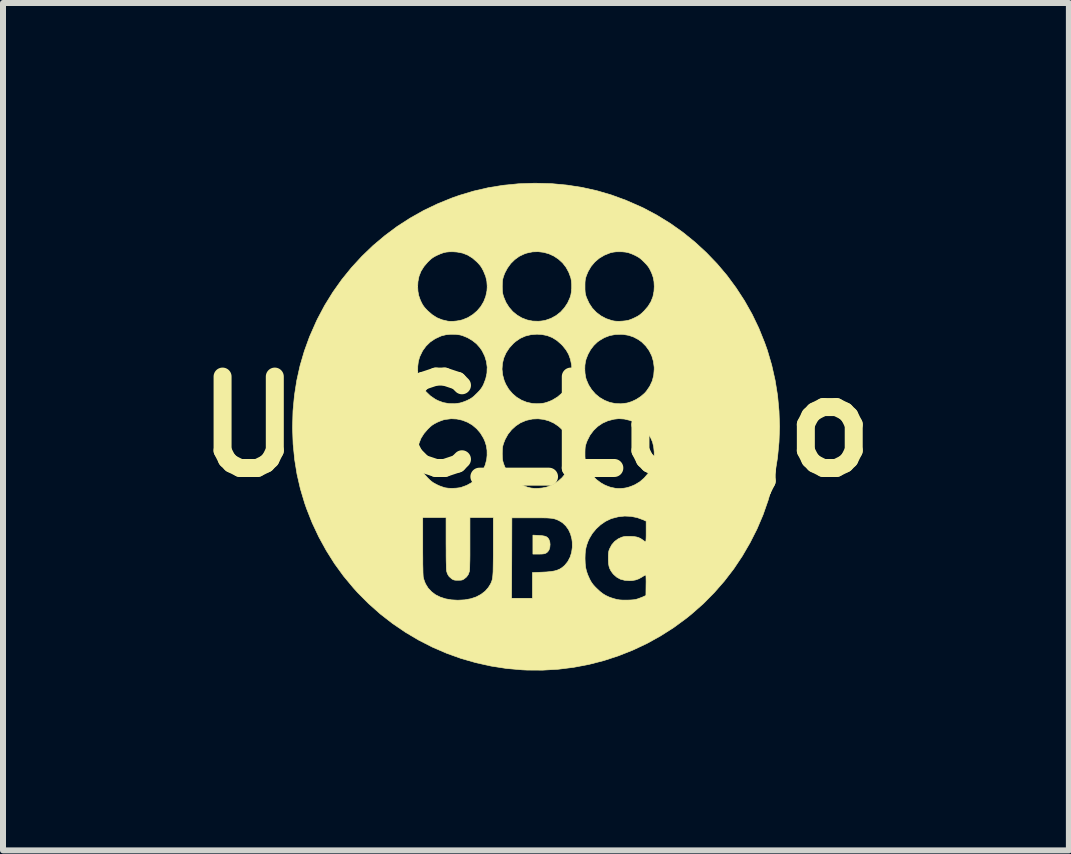
<source format=kicad_pcb>
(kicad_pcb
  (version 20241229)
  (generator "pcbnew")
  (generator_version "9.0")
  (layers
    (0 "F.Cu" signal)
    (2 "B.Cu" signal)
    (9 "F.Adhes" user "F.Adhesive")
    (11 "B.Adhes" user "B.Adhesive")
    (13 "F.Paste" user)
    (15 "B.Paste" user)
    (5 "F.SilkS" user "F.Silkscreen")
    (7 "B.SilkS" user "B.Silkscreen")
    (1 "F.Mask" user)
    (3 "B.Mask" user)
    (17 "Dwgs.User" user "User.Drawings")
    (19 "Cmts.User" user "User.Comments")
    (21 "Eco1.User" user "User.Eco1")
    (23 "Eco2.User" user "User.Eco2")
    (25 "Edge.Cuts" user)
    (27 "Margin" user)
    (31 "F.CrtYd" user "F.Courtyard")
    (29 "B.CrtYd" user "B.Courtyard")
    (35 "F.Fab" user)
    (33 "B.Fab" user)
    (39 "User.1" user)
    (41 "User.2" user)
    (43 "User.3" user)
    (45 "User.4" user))
  (footprint "UPC_Logo"
    (layer "F.Cu")
    (at 5.886 4.063)
    (property "Reference" "UPC_Logo" (at 0 0 0) (layer "F.SilkS") (effects (font (size 1.524 1.524) (thickness 0.3))))
    (attr through_hole)
    (fp_poly (pts (xy 0.047 1.814) (xy 0.101 1.818) (xy 0.141 1.825) (xy 0.171 1.835) (xy 0.193 1.85) (xy 0.21 1.871) (xy 0.214 1.877) (xy 0.23 1.918) (xy 0.235 1.964) (xy 0.231 2.011) (xy 0.218 2.054) (xy 0.2 2.081) (xy 0.181 2.1) (xy 0.16 2.112) (xy 0.134 2.12) (xy 0.099 2.124) (xy 0.051 2.125) (xy 0.043 2.125) (xy -0.051 2.125) (xy -0.051 1.809) (xy 0.047 1.814)) (stroke (width 0.01) (type solid)) (fill yes) (layer "F.SilkS"))
    (fp_poly (pts (xy 0.263 -4.051) (xy 0.519 -4.027) (xy 0.77 -3.988) (xy 1.017 -3.933) (xy 1.259 -3.862) (xy 1.499 -3.774) (xy 1.737 -3.67) (xy 1.791 -3.645) (xy 2.02 -3.523) (xy 2.241 -3.387) (xy 2.451 -3.238) (xy 2.651 -3.076) (xy 2.84 -2.902) (xy 3.018 -2.717) (xy 3.184 -2.521) (xy 3.336 -2.315) (xy 3.476 -2.1) (xy 3.603 -1.875) (xy 3.715 -1.642) (xy 3.812 -1.401) (xy 3.857 -1.275) (xy 3.93 -1.026) (xy 3.987 -0.773) (xy 4.028 -0.518) (xy 4.052 -0.26) (xy 4.061 -0.001) (xy 4.052 0.258) (xy 4.027 0.517) (xy 3.986 0.774) (xy 3.941 0.978) (xy 3.871 1.227) (xy 3.786 1.47) (xy 3.685 1.707) (xy 3.569 1.936) (xy 3.44 2.158) (xy 3.297 2.372) (xy 3.14 2.576) (xy 2.971 2.769) (xy 2.79 2.952) (xy 2.597 3.122) (xy 2.507 3.195) (xy 2.296 3.35) (xy 2.076 3.49) (xy 1.849 3.616) (xy 1.615 3.726) (xy 1.375 3.821) (xy 1.13 3.901) (xy 0.881 3.965) (xy 0.628 4.013) (xy 0.372 4.045) (xy 0.113 4.06) (xy -0.147 4.059) (xy -0.23 4.055) (xy -0.491 4.032) (xy -0.748 3.992) (xy -1.001 3.936) (xy -1.249 3.865) (xy -1.491 3.778) (xy -1.727 3.676) (xy -1.956 3.559) (xy -2.177 3.428) (xy -2.39 3.283) (xy -2.595 3.124) (xy -2.79 2.951) (xy -2.975 2.765) (xy -3.046 2.686) (xy -3.209 2.49) (xy -3.36 2.282) (xy -3.497 2.064) (xy -3.621 1.838) (xy -3.731 1.604) (xy -3.766 1.516) (xy -1.888 1.516) (xy -1.888 1.988) (xy -1.888 2.102) (xy -1.887 2.204) (xy -1.887 2.293) (xy -1.885 2.368) (xy -1.884 2.428) (xy -1.882 2.473) (xy -1.88 2.503) (xy -1.879 2.511) (xy -1.87 2.545) (xy -1.857 2.584) (xy -1.841 2.622) (xy -1.841 2.622) (xy -1.798 2.692) (xy -1.742 2.752) (xy -1.675 2.803) (xy -1.596 2.842) (xy -1.507 2.871) (xy -1.409 2.888) (xy -1.303 2.894) (xy -1.19 2.888) (xy -1.183 2.887) (xy -1.085 2.869) (xy -1.064 2.862) (xy -0.407 2.862) (xy -0.059 2.862) (xy -0.059 2.433) (xy 0.091 2.427) (xy 0.176 2.423) (xy 0.246 2.416) (xy 0.305 2.407) (xy 0.354 2.393) (xy 0.396 2.375) (xy 0.433 2.352) (xy 0.468 2.323) (xy 0.482 2.31) (xy 0.531 2.249) (xy 0.564 2.187) (xy 0.818 2.187) (xy 0.818 2.206) (xy 0.821 2.283) (xy 0.828 2.349) (xy 0.842 2.409) (xy 0.863 2.47) (xy 0.892 2.535) (xy 0.894 2.54) (xy 0.914 2.578) (xy 0.934 2.609) (xy 0.956 2.638) (xy 0.985 2.67) (xy 1.011 2.696) (xy 1.064 2.746) (xy 1.114 2.785) (xy 1.163 2.815) (xy 1.219 2.841) (xy 1.255 2.854) (xy 1.306 2.87) (xy 1.352 2.882) (xy 1.396 2.889) (xy 1.445 2.892) (xy 1.504 2.892) (xy 1.532 2.892) (xy 1.584 2.89) (xy 1.623 2.887) (xy 1.654 2.883) (xy 1.681 2.876) (xy 1.706 2.868) (xy 1.741 2.855) (xy 1.775 2.842) (xy 1.799 2.831) (xy 1.833 2.815) (xy 1.835 2.644) (xy 1.836 2.581) (xy 1.835 2.532) (xy 1.834 2.496) (xy 1.831 2.477) (xy 1.829 2.472) (xy 1.818 2.477) (xy 1.798 2.488) (xy 1.772 2.504) (xy 1.769 2.506) (xy 1.714 2.537) (xy 1.661 2.556) (xy 1.604 2.566) (xy 1.559 2.568) (xy 1.478 2.562) (xy 1.407 2.543) (xy 1.347 2.51) (xy 1.295 2.464) (xy 1.276 2.442) (xy 1.249 2.403) (xy 1.23 2.366) (xy 1.217 2.326) (xy 1.21 2.28) (xy 1.207 2.223) (xy 1.207 2.197) (xy 1.207 2.149) (xy 1.209 2.114) (xy 1.212 2.088) (xy 1.217 2.066) (xy 1.225 2.044) (xy 1.226 2.041) (xy 1.263 1.971) (xy 1.311 1.915) (xy 1.369 1.872) (xy 1.429 1.844) (xy 1.454 1.837) (xy 1.478 1.832) (xy 1.507 1.83) (xy 1.546 1.83) (xy 1.579 1.83) (xy 1.634 1.833) (xy 1.677 1.84) (xy 1.714 1.851) (xy 1.748 1.868) (xy 1.786 1.894) (xy 1.794 1.9) (xy 1.814 1.914) (xy 1.828 1.921) (xy 1.83 1.922) (xy 1.832 1.914) (xy 1.834 1.891) (xy 1.836 1.857) (xy 1.837 1.813) (xy 1.837 1.763) (xy 1.837 1.749) (xy 1.837 1.576) (xy 1.79 1.554) (xy 1.689 1.517) (xy 1.585 1.496) (xy 1.478 1.491) (xy 1.371 1.503) (xy 1.267 1.53) (xy 1.247 1.537) (xy 1.159 1.579) (xy 1.078 1.635) (xy 1.004 1.703) (xy 0.94 1.78) (xy 0.889 1.865) (xy 0.865 1.919) (xy 0.846 1.973) (xy 0.833 2.022) (xy 0.824 2.07) (xy 0.82 2.123) (xy 0.818 2.187) (xy 0.564 2.187) (xy 0.569 2.177) (xy 0.594 2.098) (xy 0.606 2.012) (xy 0.605 1.923) (xy 0.598 1.871) (xy 0.576 1.789) (xy 0.542 1.716) (xy 0.496 1.653) (xy 0.441 1.601) (xy 0.386 1.568) (xy 0.361 1.556) (xy 0.338 1.547) (xy 0.315 1.539) (xy 0.29 1.533) (xy 0.261 1.528) (xy 0.227 1.525) (xy 0.184 1.522) (xy 0.132 1.521) (xy 0.068 1.52) (xy -0.009 1.52) (xy -0.08 1.52) (xy -0.402 1.52) (xy -0.404 2.191) (xy -0.407 2.862) (xy -1.064 2.862) (xy -0.996 2.839) (xy -0.917 2.797) (xy -0.849 2.745) (xy -0.794 2.683) (xy -0.764 2.635) (xy -0.753 2.615) (xy -0.744 2.595) (xy -0.737 2.576) (xy -0.73 2.554) (xy -0.725 2.529) (xy -0.721 2.499) (xy -0.718 2.463) (xy -0.715 2.42) (xy -0.714 2.367) (xy -0.713 2.303) (xy -0.712 2.228) (xy -0.711 2.138) (xy -0.711 2.034) (xy -0.711 1.992) (xy -0.711 1.516) (xy -1.101 1.516) (xy -1.101 1.943) (xy -1.101 2.051) (xy -1.101 2.147) (xy -1.102 2.23) (xy -1.104 2.298) (xy -1.105 2.351) (xy -1.107 2.389) (xy -1.109 2.411) (xy -1.11 2.412) (xy -1.128 2.464) (xy -1.158 2.506) (xy -1.193 2.535) (xy -1.212 2.548) (xy -1.23 2.556) (xy -1.251 2.56) (xy -1.281 2.561) (xy -1.3 2.561) (xy -1.336 2.561) (xy -1.36 2.558) (xy -1.379 2.552) (xy -1.397 2.542) (xy -1.407 2.535) (xy -1.449 2.498) (xy -1.476 2.454) (xy -1.489 2.412) (xy -1.492 2.392) (xy -1.494 2.356) (xy -1.495 2.305) (xy -1.497 2.238) (xy -1.498 2.157) (xy -1.498 2.063) (xy -1.499 1.955) (xy -1.499 1.943) (xy -1.499 1.516) (xy -1.888 1.516) (xy -3.766 1.516) (xy -3.826 1.363) (xy -3.856 1.277) (xy -3.928 1.036) (xy -3.984 0.793) (xy -4.024 0.545) (xy -4.033 0.449) (xy -1.973 0.449) (xy -1.966 0.546) (xy -1.946 0.633) (xy -1.911 0.715) (xy -1.861 0.792) (xy -1.804 0.856) (xy -1.768 0.891) (xy -1.737 0.917) (xy -1.707 0.938) (xy -1.672 0.957) (xy -1.651 0.968) (xy -1.61 0.987) (xy -1.566 1.003) (xy -1.527 1.016) (xy -1.511 1.02) (xy -1.459 1.027) (xy -1.397 1.029) (xy -1.333 1.026) (xy -1.274 1.019) (xy -1.245 1.012) (xy -1.154 0.979) (xy -1.072 0.933) (xy -0.998 0.874) (xy -0.935 0.804) (xy -0.884 0.725) (xy -0.846 0.64) (xy -0.822 0.548) (xy -0.815 0.478) (xy -0.815 0.449) (xy -0.562 0.449) (xy -0.561 0.497) (xy -0.559 0.534) (xy -0.555 0.564) (xy -0.548 0.592) (xy -0.539 0.622) (xy -0.503 0.71) (xy -0.455 0.788) (xy -0.393 0.859) (xy -0.317 0.924) (xy -0.232 0.975) (xy -0.141 1.01) (xy -0.082 1.024) (xy -0.026 1.03) (xy 0.038 1.029) (xy 0.104 1.023) (xy 0.166 1.011) (xy 0.191 1.004) (xy 0.281 0.966) (xy 0.363 0.915) (xy 0.435 0.851) (xy 0.496 0.776) (xy 0.545 0.692) (xy 0.579 0.599) (xy 0.581 0.593) (xy 0.59 0.541) (xy 0.595 0.48) (xy 0.595 0.449) (xy 0.817 0.449) (xy 0.817 0.497) (xy 0.819 0.532) (xy 0.822 0.56) (xy 0.827 0.585) (xy 0.835 0.612) (xy 0.843 0.636) (xy 0.884 0.727) (xy 0.938 0.808) (xy 1.004 0.879) (xy 1.081 0.937) (xy 1.139 0.97) (xy 1.178 0.987) (xy 1.217 1.002) (xy 1.25 1.013) (xy 1.262 1.015) (xy 1.291 1.021) (xy 1.315 1.026) (xy 1.325 1.028) (xy 1.363 1.031) (xy 1.411 1.031) (xy 1.463 1.027) (xy 1.505 1.02) (xy 1.55 1.008) (xy 1.602 0.989) (xy 1.651 0.968) (xy 1.731 0.92) (xy 1.803 0.858) (xy 1.865 0.786) (xy 1.915 0.705) (xy 1.95 0.618) (xy 1.961 0.58) (xy 1.968 0.539) (xy 1.971 0.493) (xy 1.971 0.438) (xy 1.971 0.423) (xy 1.962 0.335) (xy 1.943 0.256) (xy 1.911 0.183) (xy 1.866 0.114) (xy 1.806 0.045) (xy 1.799 0.037) (xy 1.76 0.000189) (xy 1.726 -0.027) (xy 1.69 -0.05) (xy 1.659 -0.066) (xy 1.564 -0.105) (xy 1.472 -0.127) (xy 1.38 -0.133) (xy 1.3 -0.124) (xy 1.2 -0.098) (xy 1.11 -0.058) (xy 1.03 -0.004) (xy 0.96 0.063) (xy 0.901 0.142) (xy 0.855 0.232) (xy 0.84 0.27) (xy 0.831 0.299) (xy 0.824 0.324) (xy 0.82 0.351) (xy 0.818 0.383) (xy 0.817 0.427) (xy 0.817 0.449) (xy 0.595 0.449) (xy 0.595 0.415) (xy 0.59 0.354) (xy 0.581 0.305) (xy 0.547 0.212) (xy 0.501 0.129) (xy 0.443 0.055) (xy 0.375 -0.007) (xy 0.299 -0.058) (xy 0.216 -0.096) (xy 0.127 -0.121) (xy 0.035 -0.131) (xy -0.06 -0.127) (xy -0.155 -0.106) (xy -0.171 -0.101) (xy -0.258 -0.064) (xy -0.337 -0.012) (xy -0.407 0.052) (xy -0.467 0.127) (xy -0.514 0.212) (xy -0.539 0.275) (xy -0.549 0.307) (xy -0.556 0.336) (xy -0.559 0.366) (xy -0.561 0.404) (xy -0.562 0.449) (xy -0.815 0.449) (xy -0.816 0.394) (xy -0.828 0.317) (xy -0.852 0.242) (xy -0.875 0.191) (xy -0.926 0.107) (xy -0.988 0.035) (xy -1.06 -0.026) (xy -1.14 -0.073) (xy -1.227 -0.107) (xy -1.318 -0.127) (xy -1.413 -0.132) (xy -1.509 -0.12) (xy -1.538 -0.114) (xy -1.569 -0.104) (xy -1.608 -0.089) (xy -1.648 -0.072) (xy -1.659 -0.066) (xy -1.697 -0.046) (xy -1.73 -0.025) (xy -1.763 0.002) (xy -1.8 0.038) (xy -1.804 0.042) (xy -1.868 0.116) (xy -1.917 0.194) (xy -1.95 0.278) (xy -1.968 0.369) (xy -1.973 0.449) (xy -4.033 0.449) (xy -4.049 0.292) (xy -4.058 0.032) (xy -4.058 0) (xy -4.051 -0.263) (xy -4.027 -0.519) (xy -3.988 -0.77) (xy -3.954 -0.923) (xy -1.972 -0.923) (xy -1.963 -0.845) (xy -1.96 -0.834) (xy -1.932 -0.743) (xy -1.888 -0.657) (xy -1.831 -0.58) (xy -1.761 -0.513) (xy -1.681 -0.458) (xy -1.635 -0.434) (xy -1.546 -0.401) (xy -1.451 -0.384) (xy -1.355 -0.382) (xy -1.267 -0.394) (xy -1.23 -0.405) (xy -1.187 -0.42) (xy -1.144 -0.438) (xy -1.135 -0.443) (xy -1.099 -0.461) (xy -1.068 -0.481) (xy -1.037 -0.505) (xy -1.003 -0.538) (xy -0.986 -0.554) (xy -0.949 -0.592) (xy -0.922 -0.624) (xy -0.901 -0.654) (xy -0.882 -0.687) (xy -0.874 -0.703) (xy -0.838 -0.797) (xy -0.817 -0.893) (xy -0.815 -0.959) (xy -0.566 -0.959) (xy -0.556 -0.864) (xy -0.53 -0.768) (xy -0.504 -0.707) (xy -0.455 -0.624) (xy -0.393 -0.551) (xy -0.322 -0.49) (xy -0.241 -0.441) (xy -0.153 -0.406) (xy -0.06 -0.386) (xy 0.008 -0.382) (xy 0.052 -0.383) (xy 0.098 -0.387) (xy 0.138 -0.393) (xy 0.14 -0.394) (xy 0.174 -0.403) (xy 0.216 -0.418) (xy 0.26 -0.436) (xy 0.279 -0.446) (xy 0.36 -0.495) (xy 0.432 -0.557) (xy 0.494 -0.631) (xy 0.542 -0.714) (xy 0.564 -0.766) (xy 0.585 -0.842) (xy 0.596 -0.924) (xy 0.596 -0.956) (xy 0.814 -0.956) (xy 0.818 -0.888) (xy 0.828 -0.825) (xy 0.838 -0.787) (xy 0.877 -0.696) (xy 0.929 -0.615) (xy 0.991 -0.544) (xy 1.063 -0.485) (xy 1.144 -0.438) (xy 1.23 -0.404) (xy 1.322 -0.385) (xy 1.417 -0.381) (xy 1.514 -0.393) (xy 1.517 -0.393) (xy 1.595 -0.417) (xy 1.673 -0.454) (xy 1.746 -0.501) (xy 1.81 -0.556) (xy 1.841 -0.591) (xy 1.898 -0.674) (xy 1.939 -0.762) (xy 1.963 -0.855) (xy 1.971 -0.954) (xy 1.971 -0.989) (xy 1.958 -1.088) (xy 1.931 -1.18) (xy 1.888 -1.266) (xy 1.832 -1.343) (xy 1.764 -1.411) (xy 1.707 -1.452) (xy 1.628 -1.494) (xy 1.546 -1.522) (xy 1.457 -1.537) (xy 1.425 -1.539) (xy 1.324 -1.536) (xy 1.229 -1.518) (xy 1.14 -1.484) (xy 1.057 -1.435) (xy 1.023 -1.41) (xy 0.963 -1.352) (xy 0.91 -1.283) (xy 0.867 -1.205) (xy 0.835 -1.124) (xy 0.825 -1.083) (xy 0.816 -1.024) (xy 0.814 -0.956) (xy 0.596 -0.956) (xy 0.596 -1.003) (xy 0.593 -1.034) (xy 0.574 -1.124) (xy 0.545 -1.204) (xy 0.503 -1.277) (xy 0.447 -1.347) (xy 0.423 -1.372) (xy 0.35 -1.436) (xy 0.272 -1.485) (xy 0.188 -1.518) (xy 0.097 -1.536) (xy 0.016 -1.541) (xy -0.083 -1.533) (xy -0.175 -1.511) (xy -0.261 -1.473) (xy -0.34 -1.419) (xy -0.377 -1.387) (xy -0.445 -1.312) (xy -0.499 -1.23) (xy -0.537 -1.144) (xy -0.559 -1.053) (xy -0.566 -0.959) (xy -0.815 -0.959) (xy -0.813 -0.989) (xy -0.826 -1.084) (xy -0.854 -1.176) (xy -0.898 -1.265) (xy -0.935 -1.318) (xy -0.992 -1.382) (xy -1.062 -1.437) (xy -1.14 -1.483) (xy -1.223 -1.517) (xy -1.266 -1.529) (xy -1.341 -1.539) (xy -1.422 -1.54) (xy -1.501 -1.532) (xy -1.574 -1.514) (xy -1.588 -1.509) (xy -1.681 -1.466) (xy -1.763 -1.411) (xy -1.832 -1.344) (xy -1.89 -1.265) (xy -1.934 -1.174) (xy -1.941 -1.158) (xy -1.961 -1.086) (xy -1.971 -1.006) (xy -1.972 -0.923) (xy -3.954 -0.923) (xy -3.933 -1.017) (xy -3.862 -1.259) (xy -3.775 -1.499) (xy -3.67 -1.737) (xy -3.645 -1.791) (xy -3.523 -2.021) (xy -3.387 -2.241) (xy -3.319 -2.337) (xy -1.972 -2.337) (xy -1.968 -2.258) (xy -1.955 -2.186) (xy -1.93 -2.115) (xy -1.912 -2.075) (xy -1.893 -2.038) (xy -1.872 -2.006) (xy -1.846 -1.974) (xy -1.811 -1.937) (xy -1.805 -1.931) (xy -1.73 -1.866) (xy -1.652 -1.816) (xy -1.566 -1.781) (xy -1.472 -1.759) (xy -1.469 -1.758) (xy -1.428 -1.755) (xy -1.378 -1.756) (xy -1.323 -1.761) (xy -1.27 -1.77) (xy -1.226 -1.781) (xy -1.225 -1.781) (xy -1.134 -1.818) (xy -1.052 -1.869) (xy -0.98 -1.931) (xy -0.919 -2.003) (xy -0.871 -2.084) (xy -0.837 -2.172) (xy -0.817 -2.266) (xy -0.813 -2.337) (xy -0.562 -2.337) (xy -0.561 -2.289) (xy -0.559 -2.252) (xy -0.555 -2.222) (xy -0.548 -2.193) (xy -0.539 -2.163) (xy -0.501 -2.072) (xy -0.45 -1.991) (xy -0.388 -1.919) (xy -0.316 -1.86) (xy -0.235 -1.812) (xy -0.149 -1.779) (xy -0.057 -1.76) (xy 0.039 -1.757) (xy 0.039 -1.757) (xy 0.081 -1.76) (xy 0.125 -1.766) (xy 0.162 -1.774) (xy 0.162 -1.774) (xy 0.253 -1.806) (xy 0.336 -1.852) (xy 0.411 -1.911) (xy 0.475 -1.982) (xy 0.528 -2.062) (xy 0.568 -2.151) (xy 0.581 -2.193) (xy 0.59 -2.245) (xy 0.595 -2.306) (xy 0.595 -2.337) (xy 0.817 -2.337) (xy 0.817 -2.289) (xy 0.819 -2.253) (xy 0.822 -2.225) (xy 0.827 -2.2) (xy 0.835 -2.173) (xy 0.843 -2.15) (xy 0.885 -2.058) (xy 0.939 -1.976) (xy 1.006 -1.905) (xy 1.083 -1.847) (xy 1.169 -1.801) (xy 1.264 -1.769) (xy 1.302 -1.761) (xy 1.34 -1.757) (xy 1.388 -1.756) (xy 1.441 -1.759) (xy 1.491 -1.764) (xy 1.534 -1.772) (xy 1.541 -1.773) (xy 1.57 -1.783) (xy 1.608 -1.798) (xy 1.647 -1.816) (xy 1.659 -1.822) (xy 1.698 -1.842) (xy 1.731 -1.864) (xy 1.765 -1.892) (xy 1.803 -1.929) (xy 1.804 -1.93) (xy 1.868 -2.004) (xy 1.917 -2.083) (xy 1.95 -2.167) (xy 1.968 -2.258) (xy 1.972 -2.337) (xy 1.968 -2.416) (xy 1.955 -2.487) (xy 1.93 -2.558) (xy 1.911 -2.599) (xy 1.891 -2.638) (xy 1.869 -2.671) (xy 1.841 -2.705) (xy 1.804 -2.743) (xy 1.803 -2.744) (xy 1.767 -2.779) (xy 1.737 -2.805) (xy 1.708 -2.825) (xy 1.674 -2.844) (xy 1.651 -2.856) (xy 1.592 -2.882) (xy 1.541 -2.9) (xy 1.492 -2.91) (xy 1.439 -2.915) (xy 1.389 -2.916) (xy 1.336 -2.915) (xy 1.294 -2.91) (xy 1.254 -2.902) (xy 1.236 -2.897) (xy 1.141 -2.859) (xy 1.055 -2.808) (xy 0.981 -2.745) (xy 0.918 -2.67) (xy 0.868 -2.584) (xy 0.843 -2.524) (xy 0.832 -2.493) (xy 0.825 -2.467) (xy 0.821 -2.441) (xy 0.818 -2.412) (xy 0.817 -2.373) (xy 0.817 -2.337) (xy 0.595 -2.337) (xy 0.595 -2.371) (xy 0.59 -2.432) (xy 0.581 -2.481) (xy 0.547 -2.573) (xy 0.501 -2.657) (xy 0.444 -2.73) (xy 0.376 -2.792) (xy 0.3 -2.843) (xy 0.217 -2.881) (xy 0.129 -2.906) (xy 0.037 -2.917) (xy -0.057 -2.914) (xy -0.152 -2.894) (xy -0.196 -2.879) (xy -0.278 -2.84) (xy -0.353 -2.786) (xy -0.42 -2.72) (xy -0.476 -2.643) (xy -0.521 -2.559) (xy -0.539 -2.51) (xy -0.549 -2.478) (xy -0.556 -2.449) (xy -0.559 -2.419) (xy -0.561 -2.382) (xy -0.562 -2.337) (xy -0.813 -2.337) (xy -0.819 -2.422) (xy -0.838 -2.504) (xy -0.872 -2.587) (xy -0.877 -2.598) (xy -0.902 -2.645) (xy -0.927 -2.683) (xy -0.959 -2.72) (xy -0.981 -2.743) (xy -1.056 -2.809) (xy -1.136 -2.859) (xy -1.222 -2.893) (xy -1.315 -2.911) (xy -1.384 -2.916) (xy -1.445 -2.915) (xy -1.497 -2.91) (xy -1.544 -2.899) (xy -1.594 -2.881) (xy -1.651 -2.856) (xy -1.69 -2.836) (xy -1.721 -2.817) (xy -1.749 -2.796) (xy -1.78 -2.767) (xy -1.804 -2.744) (xy -1.868 -2.669) (xy -1.917 -2.591) (xy -1.95 -2.507) (xy -1.968 -2.416) (xy -1.972 -2.337) (xy -3.319 -2.337) (xy -3.238 -2.451) (xy -3.076 -2.651) (xy -2.902 -2.84) (xy -2.717 -3.018) (xy -2.521 -3.183) (xy -2.315 -3.337) (xy -2.099 -3.476) (xy -1.874 -3.603) (xy -1.64 -3.715) (xy -1.399 -3.813) (xy -1.277 -3.856) (xy -1.036 -3.928) (xy -0.793 -3.984) (xy -0.545 -4.024) (xy -0.292 -4.049) (xy -0.032 -4.058) (xy 0 -4.058) (xy 0.263 -4.051)) (stroke (width 0.01) (type solid)) (fill yes) (layer "F.SilkS")))
  (gr_rect
    (start -3 -3)
    (end 14.771 11.128)
    (stroke (width 0.1) (type default))
    (fill no)
    (layer "Edge.Cuts")))
</source>
